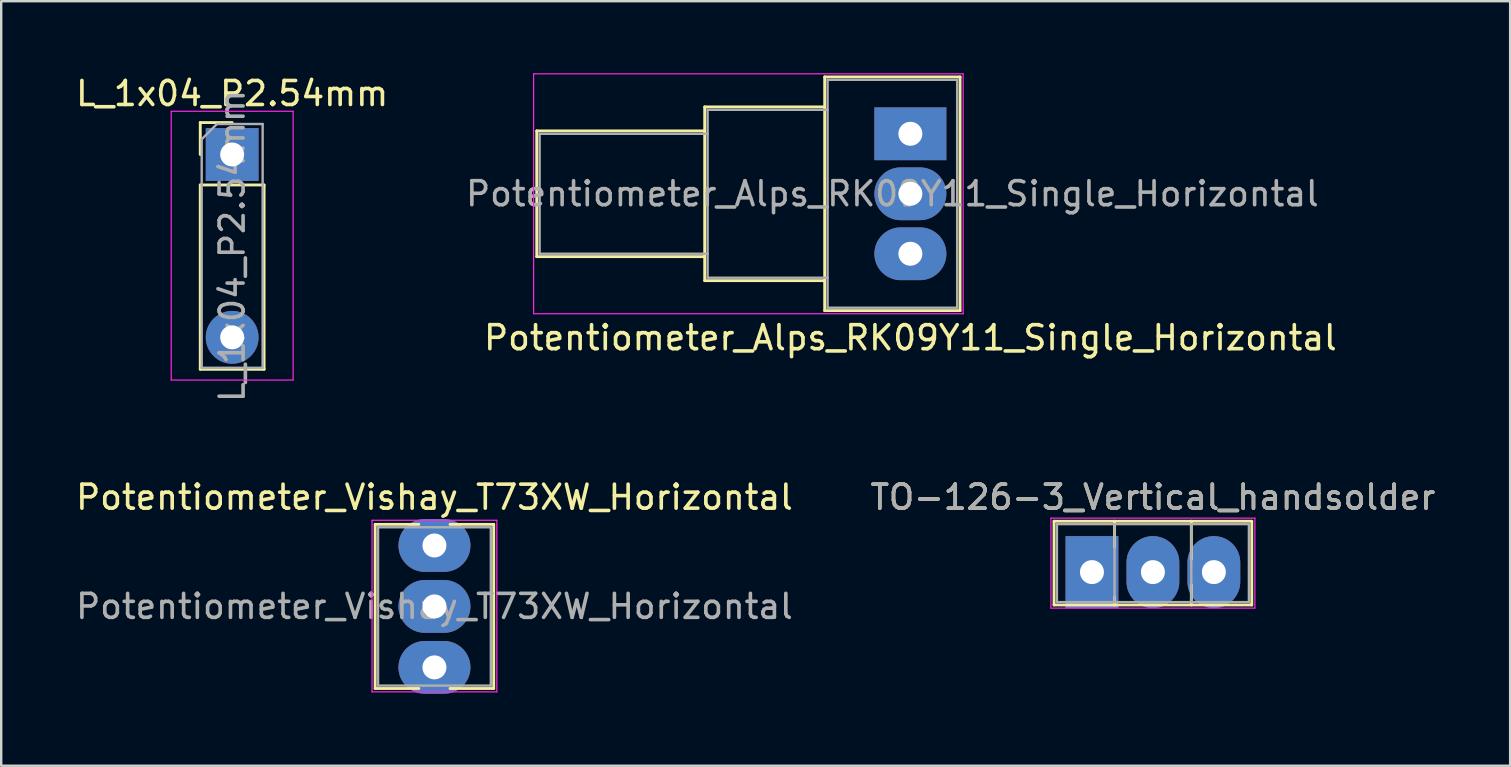
<source format=kicad_pcb>
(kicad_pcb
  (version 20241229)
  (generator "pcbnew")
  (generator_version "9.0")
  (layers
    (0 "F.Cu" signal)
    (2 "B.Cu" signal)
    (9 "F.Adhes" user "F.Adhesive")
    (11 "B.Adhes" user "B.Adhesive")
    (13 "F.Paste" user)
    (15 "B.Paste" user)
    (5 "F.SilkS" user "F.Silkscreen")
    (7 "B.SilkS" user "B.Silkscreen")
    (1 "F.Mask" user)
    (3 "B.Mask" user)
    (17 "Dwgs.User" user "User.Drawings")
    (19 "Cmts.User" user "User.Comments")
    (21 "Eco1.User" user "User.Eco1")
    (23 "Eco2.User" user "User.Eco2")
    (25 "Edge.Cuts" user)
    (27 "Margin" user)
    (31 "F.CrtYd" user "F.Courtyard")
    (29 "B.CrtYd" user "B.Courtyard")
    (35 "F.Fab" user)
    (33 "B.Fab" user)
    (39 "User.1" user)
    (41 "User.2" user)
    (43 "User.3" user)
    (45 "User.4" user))
  (footprint "TO-126-3_Vertical_handsolder"
    (layer "F.Cu")
    (at 42.454 20.791)
    (property "Reference" "TO-126-3_Vertical_handsolder" (at 2.54 -3.12 0) (layer "F.SilkS") (effects (font (size 1 1) (thickness 0.15))))
    (attr through_hole)
    (fp_line (start -1.58 -2.12) (end -1.58 1.37) (stroke (width 0.12) (type solid)) (layer "F.SilkS"))
    (fp_line (start -1.58 -2.12) (end 6.66 -2.12) (stroke (width 0.12) (type solid)) (layer "F.SilkS"))
    (fp_line (start -1.58 1.37) (end 6.66 1.37) (stroke (width 0.12) (type solid)) (layer "F.SilkS"))
    (fp_line (start 0.94 -2.12) (end 0.94 -1.05) (stroke (width 0.12) (type solid)) (layer "F.SilkS"))
    (fp_line (start 0.94 1.05) (end 0.94 1.37) (stroke (width 0.12) (type solid)) (layer "F.SilkS"))
    (fp_line (start 4.141 -2.12) (end 4.141 -0.54) (stroke (width 0.12) (type solid)) (layer "F.SilkS"))
    (fp_line (start 4.141 0.54) (end 4.141 1.37) (stroke (width 0.12) (type solid)) (layer "F.SilkS"))
    (fp_line (start 6.66 -2.12) (end 6.66 1.37) (stroke (width 0.12) (type solid)) (layer "F.SilkS"))
    (fp_line (start -1.71 -2.25) (end -1.71 1.5) (stroke (width 0.05) (type solid)) (layer "F.CrtYd"))
    (fp_line (start -1.71 1.5) (end 6.79 1.5) (stroke (width 0.05) (type solid)) (layer "F.CrtYd"))
    (fp_line (start 6.79 -2.25) (end -1.71 -2.25) (stroke (width 0.05) (type solid)) (layer "F.CrtYd"))
    (fp_line (start 6.79 1.5) (end 6.79 -2.25) (stroke (width 0.05) (type solid)) (layer "F.CrtYd"))
    (fp_line (start -1.46 -2) (end -1.46 1.25) (stroke (width 0.1) (type solid)) (layer "F.Fab"))
    (fp_line (start -1.46 1.25) (end 6.54 1.25) (stroke (width 0.1) (type solid)) (layer "F.Fab"))
    (fp_line (start 0.94 -2) (end 0.94 1.25) (stroke (width 0.1) (type solid)) (layer "F.Fab"))
    (fp_line (start 4.14 -2) (end 4.14 1.25) (stroke (width 0.1) (type solid)) (layer "F.Fab"))
    (fp_line (start 6.54 -2) (end -1.46 -2) (stroke (width 0.1) (type solid)) (layer "F.Fab"))
    (fp_line (start 6.54 1.25) (end 6.54 -2) (stroke (width 0.1) (type solid)) (layer "F.Fab"))
    (fp_text user "${REFERENCE}" (at 2.54 -3.12 0) (layer "F.Fab") (effects (font (size 1 1) (thickness 0.15))))
    (pad "1" thru_hole rect (at 0 0) (size 2.2 3) (drill 1) (layers "*.Cu" "*.Mask"))
    (pad "2" thru_hole oval (at 2.54 0) (size 2.2 3) (drill 1) (layers "*.Cu" "*.Mask"))
    (pad "3" thru_hole oval (at 5.08 0) (size 2.2 3) (drill 1) (layers "*.Cu" "*.Mask")))
  (footprint "Potentiometer_Vishay_T73XW_Horizontal"
    (layer "F.Cu")
    (at 15.054 19.681)
    (property "Reference" "Potentiometer_Vishay_T73XW_Horizontal" (at 0 -2.01 0) (layer "F.SilkS") (effects (font (size 1 1) (thickness 0.15))))
    (attr through_hole)
    (fp_line (start -2.47 -0.88) (end -2.47 5.96) (stroke (width 0.12) (type solid)) (layer "F.SilkS"))
    (fp_line (start -2.47 -0.88) (end -0.65 -0.88) (stroke (width 0.12) (type solid)) (layer "F.SilkS"))
    (fp_line (start -2.47 5.96) (end -0.65 5.96) (stroke (width 0.12) (type solid)) (layer "F.SilkS"))
    (fp_line (start 0.65 -0.88) (end 2.47 -0.88) (stroke (width 0.12) (type solid)) (layer "F.SilkS"))
    (fp_line (start 0.65 5.96) (end 2.47 5.96) (stroke (width 0.12) (type solid)) (layer "F.SilkS"))
    (fp_line (start 2.47 -0.88) (end 2.47 5.96) (stroke (width 0.12) (type solid)) (layer "F.SilkS"))
    (fp_line (start -2.6 -1.05) (end -2.6 6.1) (stroke (width 0.05) (type solid)) (layer "F.CrtYd"))
    (fp_line (start -2.6 6.1) (end 2.6 6.1) (stroke (width 0.05) (type solid)) (layer "F.CrtYd"))
    (fp_line (start 2.6 -1.05) (end -2.6 -1.05) (stroke (width 0.05) (type solid)) (layer "F.CrtYd"))
    (fp_line (start 2.6 6.1) (end 2.6 -1.05) (stroke (width 0.05) (type solid)) (layer "F.CrtYd"))
    (fp_line (start -2.35 -0.76) (end 2.35 -0.76) (stroke (width 0.1) (type solid)) (layer "F.Fab"))
    (fp_line (start -2.35 5.84) (end -2.35 -0.76) (stroke (width 0.1) (type solid)) (layer "F.Fab"))
    (fp_line (start 2.35 -0.76) (end 2.35 5.84) (stroke (width 0.1) (type solid)) (layer "F.Fab"))
    (fp_line (start 2.35 5.84) (end -2.35 5.84) (stroke (width 0.1) (type solid)) (layer "F.Fab"))
    (fp_text user "${REFERENCE}" (at 0 2.54 0) (layer "F.Fab") (effects (font (size 1 1) (thickness 0.15))))
    (pad "1" thru_hole oval (at 0 0) (size 3 2.2) (drill 1) (layers "*.Cu" "*.Mask"))
    (pad "2" thru_hole oval (at 0 2.54) (size 3 2.2) (drill 1) (layers "*.Cu" "*.Mask"))
    (pad "3" thru_hole oval (at 0 5.08) (size 3 2.2) (drill 1) (layers "*.Cu" "*.Mask")))
  (footprint "Potentiometer_Alps_RK09Y11_Single_Horizontal"
    (layer "F.Cu")
    (at 34.887 2.525)
    (property "Reference" "Potentiometer_Alps_RK09Y11_Single_Horizontal" (at 0 8.5 180) (layer "F.SilkS") (effects (font (size 1 1) (thickness 0.15))))
    (attr through_hole)
    (fp_line (start -15.57 5.12) (end -15.57 -0.12) (stroke (width 0.12) (type solid)) (layer "F.SilkS"))
    (fp_line (start -8.57 -0.12) (end -15.57 -0.12) (stroke (width 0.12) (type solid)) (layer "F.SilkS"))
    (fp_line (start -8.57 5.12) (end -15.57 5.12) (stroke (width 0.12) (type solid)) (layer "F.SilkS"))
    (fp_line (start -8.57 6.12) (end -8.57 -1.12) (stroke (width 0.12) (type solid)) (layer "F.SilkS"))
    (fp_line (start -3.57 -1.12) (end -8.57 -1.12) (stroke (width 0.12) (type solid)) (layer "F.SilkS"))
    (fp_line (start -3.57 6.12) (end -8.57 6.12) (stroke (width 0.12) (type solid)) (layer "F.SilkS"))
    (fp_line (start -3.57 7.37) (end -3.57 -2.37) (stroke (width 0.12) (type solid)) (layer "F.SilkS"))
    (fp_line (start 2.071 -2.37) (end -3.57 -2.37) (stroke (width 0.12) (type solid)) (layer "F.SilkS"))
    (fp_line (start 2.071 7.37) (end -3.57 7.37) (stroke (width 0.12) (type solid)) (layer "F.SilkS"))
    (fp_line (start 2.071 7.37) (end 2.071 -2.37) (stroke (width 0.12) (type solid)) (layer "F.SilkS"))
    (fp_line (start -15.7 -2.5) (end -15.7 7.5) (stroke (width 0.05) (type solid)) (layer "F.CrtYd"))
    (fp_line (start -15.7 7.5) (end 2.2 7.5) (stroke (width 0.05) (type solid)) (layer "F.CrtYd"))
    (fp_line (start 2.2 -2.5) (end -15.7 -2.5) (stroke (width 0.05) (type solid)) (layer "F.CrtYd"))
    (fp_line (start 2.2 7.5) (end 2.2 -2.5) (stroke (width 0.05) (type solid)) (layer "F.CrtYd"))
    (fp_line (start -15.45 0) (end -15.45 5) (stroke (width 0.1) (type solid)) (layer "F.Fab"))
    (fp_line (start -15.45 5) (end -8.45 5) (stroke (width 0.1) (type solid)) (layer "F.Fab"))
    (fp_line (start -8.45 -1) (end -8.45 6) (stroke (width 0.1) (type solid)) (layer "F.Fab"))
    (fp_line (start -8.45 0) (end -15.45 0) (stroke (width 0.1) (type solid)) (layer "F.Fab"))
    (fp_line (start -8.45 6) (end -3.45 6) (stroke (width 0.1) (type solid)) (layer "F.Fab"))
    (fp_line (start -3.45 -2.25) (end -3.45 7.25) (stroke (width 0.1) (type solid)) (layer "F.Fab"))
    (fp_line (start -3.45 -1) (end -8.45 -1) (stroke (width 0.1) (type solid)) (layer "F.Fab"))
    (fp_line (start -3.45 7.25) (end 1.95 7.25) (stroke (width 0.1) (type solid)) (layer "F.Fab"))
    (fp_line (start 1.95 -2.25) (end -3.45 -2.25) (stroke (width 0.1) (type solid)) (layer "F.Fab"))
    (fp_line (start 1.95 7.25) (end 1.95 -2.25) (stroke (width 0.1) (type solid)) (layer "F.Fab"))
    (fp_text user "${REFERENCE}" (at -0.75 2.5 180) (layer "F.Fab") (effects (font (size 1 1) (thickness 0.15))))
    (pad "1" thru_hole rect (at 0 0 180) (size 3 2.2) (drill 1) (layers "*.Cu" "*.Mask"))
    (pad "2" thru_hole oval (at 0 2.5 180) (size 3 2.2) (drill 1) (layers "*.Cu" "*.Mask"))
    (pad "3" thru_hole oval (at 0 5 180) (size 3 2.2) (drill 1) (layers "*.Cu" "*.Mask")))
  (footprint "L_1x04_P2.54mm"
    (layer "F.Cu")
    (at 6.625 3.388)
    (property "Reference" "L_1x04_P2.54mm" (at 0 -2.54 0) (layer "F.SilkS") (effects (font (size 1 1) (thickness 0.15))))
    (attr through_hole)
    (fp_line (start -1.33 -1.33) (end 0 -1.33) (stroke (width 0.12) (type solid)) (layer "F.SilkS"))
    (fp_line (start -1.33 0) (end -1.33 -1.33) (stroke (width 0.12) (type solid)) (layer "F.SilkS"))
    (fp_line (start -1.33 1.27) (end -1.33 8.95) (stroke (width 0.12) (type solid)) (layer "F.SilkS"))
    (fp_line (start -1.33 1.27) (end 1.33 1.27) (stroke (width 0.12) (type solid)) (layer "F.SilkS"))
    (fp_line (start -1.33 8.95) (end 1.33 8.95) (stroke (width 0.12) (type solid)) (layer "F.SilkS"))
    (fp_line (start 1.33 1.27) (end 1.33 8.95) (stroke (width 0.12) (type solid)) (layer "F.SilkS"))
    (fp_line (start -2.54 -1.8) (end -2.54 9.4) (stroke (width 0.05) (type solid)) (layer "F.CrtYd"))
    (fp_line (start -2.54 9.4) (end 2.54 9.4) (stroke (width 0.05) (type solid)) (layer "F.CrtYd"))
    (fp_line (start 2.54 -1.8) (end -2.54 -1.8) (stroke (width 0.05) (type solid)) (layer "F.CrtYd"))
    (fp_line (start 2.54 9.4) (end 2.54 -1.8) (stroke (width 0.05) (type solid)) (layer "F.CrtYd"))
    (fp_line (start -1.27 -0.635) (end -0.635 -1.27) (stroke (width 0.1) (type solid)) (layer "F.Fab"))
    (fp_line (start -1.27 8.89) (end -1.27 -0.635) (stroke (width 0.1) (type solid)) (layer "F.Fab"))
    (fp_line (start -0.635 -1.27) (end 1.27 -1.27) (stroke (width 0.1) (type solid)) (layer "F.Fab"))
    (fp_line (start 1.27 -1.27) (end 1.27 8.89) (stroke (width 0.1) (type solid)) (layer "F.Fab"))
    (fp_line (start 1.27 8.89) (end -1.27 8.89) (stroke (width 0.1) (type solid)) (layer "F.Fab"))
    (fp_text user "${REFERENCE}" (at 0 3.81 90) (layer "F.Fab") (effects (font (size 1 1) (thickness 0.15))))
    (pad "1" thru_hole rect (at 0 0) (size 2.2 2.2) (drill 1) (layers "*.Cu" "*.Mask"))
    (pad "2" thru_hole oval (at 0 7.62) (size 2.2 2.2) (drill 1) (layers "*.Cu" "*.Mask")))
  (gr_rect
    (start -3 -3)
    (end 59.881 28.861)
    (stroke (width 0.1) (type default))
    (fill no)
    (layer "Edge.Cuts")))
</source>
